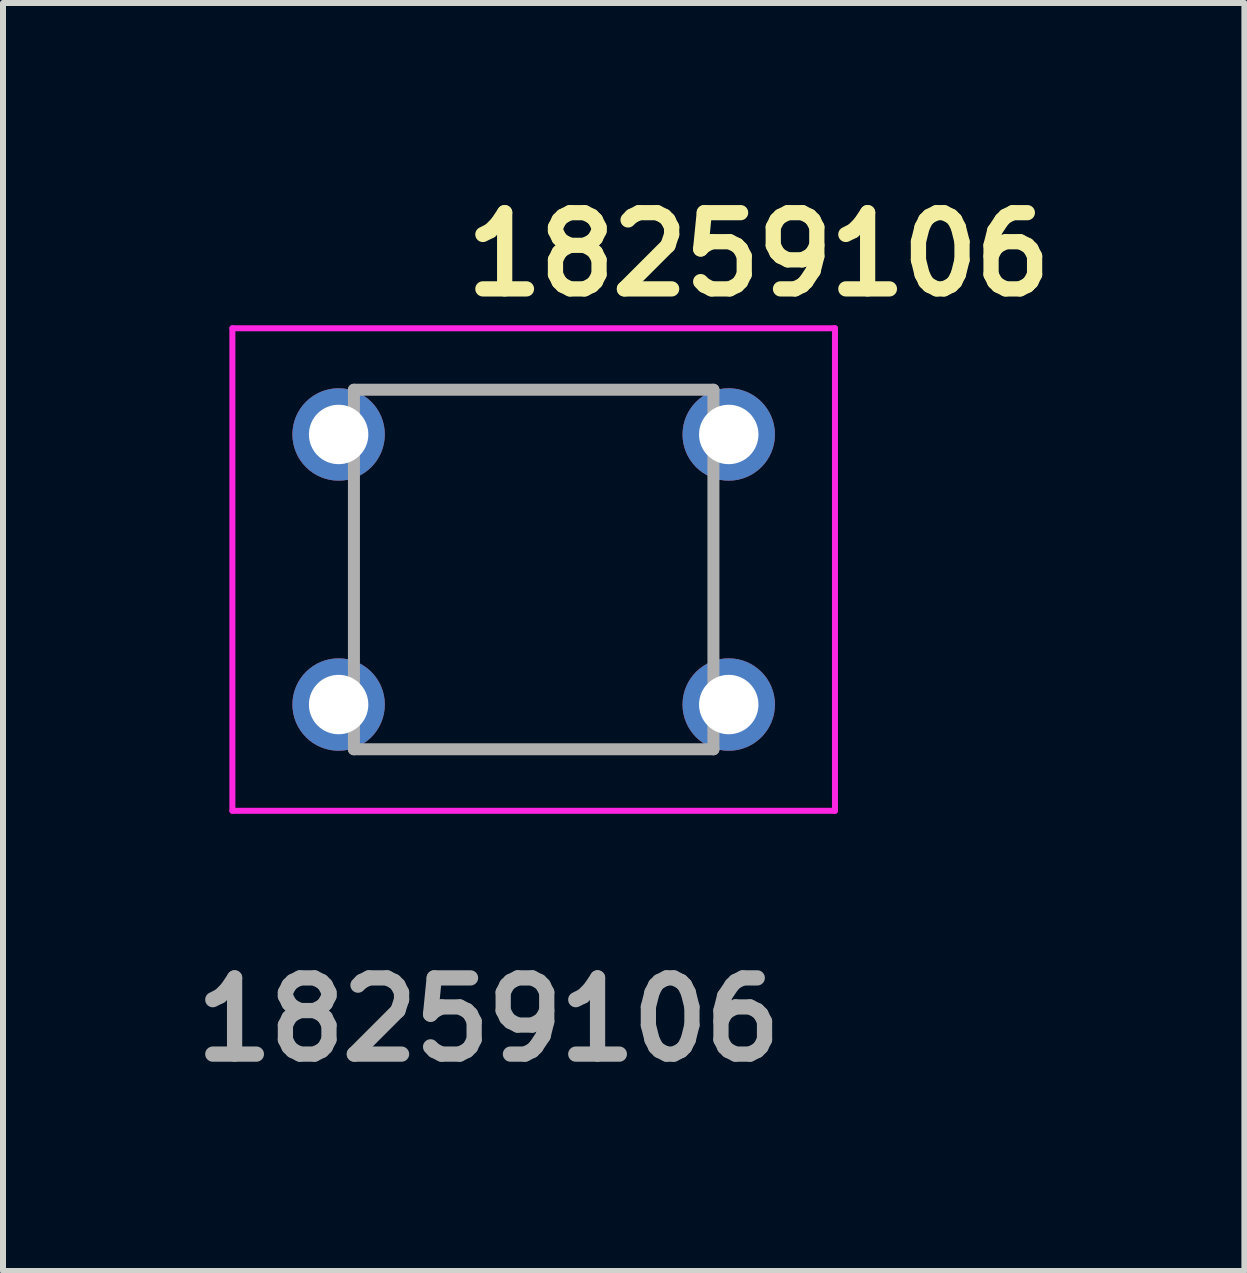
<source format=kicad_pcb>
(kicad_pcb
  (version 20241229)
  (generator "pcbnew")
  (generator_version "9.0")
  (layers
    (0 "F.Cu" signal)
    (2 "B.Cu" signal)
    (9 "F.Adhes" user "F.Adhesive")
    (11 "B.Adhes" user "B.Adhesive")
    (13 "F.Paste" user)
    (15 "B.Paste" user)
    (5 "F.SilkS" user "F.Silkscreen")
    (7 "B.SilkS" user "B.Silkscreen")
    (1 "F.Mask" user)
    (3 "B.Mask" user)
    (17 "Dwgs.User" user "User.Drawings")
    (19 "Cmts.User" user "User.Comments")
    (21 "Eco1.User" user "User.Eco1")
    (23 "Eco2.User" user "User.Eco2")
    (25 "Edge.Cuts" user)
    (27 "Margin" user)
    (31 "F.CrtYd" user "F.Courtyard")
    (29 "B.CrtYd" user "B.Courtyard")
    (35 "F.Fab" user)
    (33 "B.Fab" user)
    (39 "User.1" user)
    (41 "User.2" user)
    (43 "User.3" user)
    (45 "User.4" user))
  (footprint "18259106"
    (layer "F.Cu")
    (at 2.592 4.189)
    (property "Reference" "18259106" (at 7 -3 0) (layer "F.SilkS") (effects (font (size 1.27 1.27) (thickness 0.254))))
    (attr through_hole)
    (fp_line (start 0.25 1.25) (end 0.25 1.25) (stroke (width 0.1) (type solid)) (layer "F.SilkS"))
    (fp_line (start 0.25 1.25) (end 0.255 3.25) (stroke (width 0.1) (type solid)) (layer "F.SilkS"))
    (fp_line (start 0.255 3.25) (end 0.255 3.25) (stroke (width 0.1) (type solid)) (layer "F.SilkS"))
    (fp_line (start 1.25 -0.75) (end 5.25 -0.75) (stroke (width 0.1) (type solid)) (layer "F.SilkS"))
    (fp_line (start 1.25 5.25) (end 5.25 5.25) (stroke (width 0.1) (type solid)) (layer "F.SilkS"))
    (fp_line (start 6.245 1.25) (end 6.245 1.25) (stroke (width 0.1) (type solid)) (layer "F.SilkS"))
    (fp_line (start 6.245 1.25) (end 6.25 3.25) (stroke (width 0.1) (type solid)) (layer "F.SilkS"))
    (fp_line (start -1.77 -1.77) (end 8.27 -1.77) (stroke (width 0.1) (type solid)) (layer "F.CrtYd"))
    (fp_line (start -1.77 6.27) (end -1.77 -1.77) (stroke (width 0.1) (type solid)) (layer "F.CrtYd"))
    (fp_line (start 8.27 -1.77) (end 8.27 6.27) (stroke (width 0.1) (type solid)) (layer "F.CrtYd"))
    (fp_line (start 8.27 6.27) (end -1.77 6.27) (stroke (width 0.1) (type solid)) (layer "F.CrtYd"))
    (fp_line (start 0.255 -0.745) (end 6.245 -0.745) (stroke (width 0.2) (type solid)) (layer "F.Fab"))
    (fp_line (start 0.255 5.245) (end 0.255 -0.745) (stroke (width 0.2) (type solid)) (layer "F.Fab"))
    (fp_line (start 6.245 -0.745) (end 6.245 5.245) (stroke (width 0.2) (type solid)) (layer "F.Fab"))
    (fp_line (start 6.245 5.245) (end 0.255 5.245) (stroke (width 0.2) (type solid)) (layer "F.Fab"))
    (fp_text user "${REFERENCE}" (at 2.5 9.75 0) (layer "F.Fab") (effects (font (size 1.27 1.27) (thickness 0.254))))
    (pad "1" thru_hole circle (at 0 0) (size 1.54 1.54) (drill 0.99) (layers "*.Cu" "*.Mask"))
    (pad "2" thru_hole circle (at 6.5 0) (size 1.54 1.54) (drill 0.99) (layers "*.Cu" "*.Mask"))
    (pad "3" thru_hole circle (at 0 4.5) (size 1.54 1.54) (drill 0.99) (layers "*.Cu" "*.Mask"))
    (pad "4" thru_hole circle (at 6.5 4.5) (size 1.54 1.54) (drill 0.99) (layers "*.Cu" "*.Mask")))
  (gr_rect
    (start -3 -3)
    (end 17.684 18.127)
    (stroke (width 0.1) (type default))
    (fill no)
    (layer "Edge.Cuts")))
</source>
